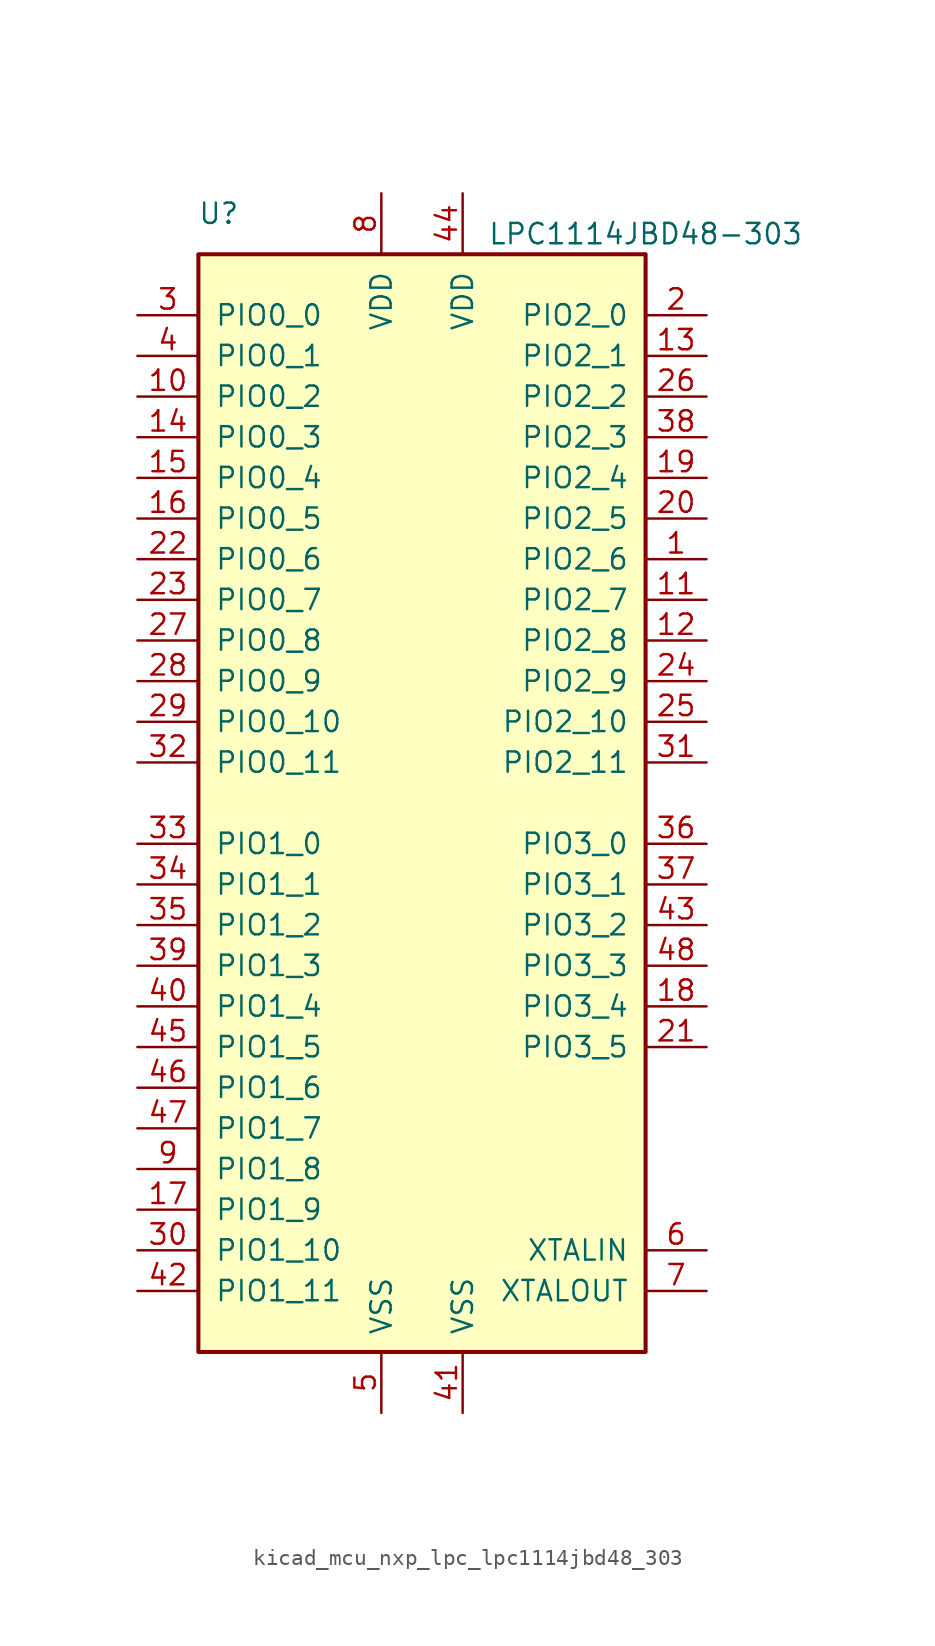
<source format=kicad_sym>
(kicad_symbol_lib
  (version 20220914)
  (generator kicad_symbol_editor)
  (symbol "kicad_mcu_nxp_lpc_lpc1114jbd48_303"
    (pin_names
      (offset 1.016))
    (property "Reference" "U"
      (at -12.7 36.83 0)
      (effects (font (size 1.27 1.27))))
    (property "Value" "LPC1114JBD48-303"
      (at 13.97 35.56 0)
      (effects (font (size 1.27 1.27))))
    (symbol "kicad_mcu_nxp_lpc_lpc1114jbd48_303_0_1"
      (rectangle (start -13.97 34.29) (end 13.97 -34.29) (stroke (width 0.254) (type default)) (fill (type background))))
    (symbol "kicad_mcu_nxp_lpc_lpc1114jbd48_303_1_1"
      (pin bidirectional line (at 17.78 15.24 180) (length 3.81) (name "PIO2_6" (effects (font (size 1.27 1.27)))) (number "1" (effects (font (size 1.27 1.27)))))
      (pin bidirectional line (at -17.78 25.4 0) (length 3.81) (name "PIO0_2" (effects (font (size 1.27 1.27)))) (number "10" (effects (font (size 1.27 1.27)))))
      (pin bidirectional line (at 17.78 12.7 180) (length 3.81) (name "PIO2_7" (effects (font (size 1.27 1.27)))) (number "11" (effects (font (size 1.27 1.27)))))
      (pin bidirectional line (at 17.78 10.16 180) (length 3.81) (name "PIO2_8" (effects (font (size 1.27 1.27)))) (number "12" (effects (font (size 1.27 1.27)))))
      (pin bidirectional line (at 17.78 27.94 180) (length 3.81) (name "PIO2_1" (effects (font (size 1.27 1.27)))) (number "13" (effects (font (size 1.27 1.27)))))
      (pin bidirectional line (at -17.78 22.86 0) (length 3.81) (name "PIO0_3" (effects (font (size 1.27 1.27)))) (number "14" (effects (font (size 1.27 1.27)))))
      (pin bidirectional line (at -17.78 20.32 0) (length 3.81) (name "PIO0_4" (effects (font (size 1.27 1.27)))) (number "15" (effects (font (size 1.27 1.27)))))
      (pin bidirectional line (at -17.78 17.78 0) (length 3.81) (name "PIO0_5" (effects (font (size 1.27 1.27)))) (number "16" (effects (font (size 1.27 1.27)))))
      (pin bidirectional line (at -17.78 -25.4 0) (length 3.81) (name "PIO1_9" (effects (font (size 1.27 1.27)))) (number "17" (effects (font (size 1.27 1.27)))))
      (pin bidirectional line (at 17.78 -12.7 180) (length 3.81) (name "PIO3_4" (effects (font (size 1.27 1.27)))) (number "18" (effects (font (size 1.27 1.27)))))
      (pin bidirectional line (at 17.78 20.32 180) (length 3.81) (name "PIO2_4" (effects (font (size 1.27 1.27)))) (number "19" (effects (font (size 1.27 1.27)))))
      (pin bidirectional line (at 17.78 30.48 180) (length 3.81) (name "PIO2_0" (effects (font (size 1.27 1.27)))) (number "2" (effects (font (size 1.27 1.27)))))
      (pin bidirectional line (at 17.78 17.78 180) (length 3.81) (name "PIO2_5" (effects (font (size 1.27 1.27)))) (number "20" (effects (font (size 1.27 1.27)))))
      (pin bidirectional line (at 17.78 -15.24 180) (length 3.81) (name "PIO3_5" (effects (font (size 1.27 1.27)))) (number "21" (effects (font (size 1.27 1.27)))))
      (pin bidirectional line (at -17.78 15.24 0) (length 3.81) (name "PIO0_6" (effects (font (size 1.27 1.27)))) (number "22" (effects (font (size 1.27 1.27)))))
      (pin bidirectional line (at -17.78 12.7 0) (length 3.81) (name "PIO0_7" (effects (font (size 1.27 1.27)))) (number "23" (effects (font (size 1.27 1.27)))))
      (pin bidirectional line (at 17.78 7.62 180) (length 3.81) (name "PIO2_9" (effects (font (size 1.27 1.27)))) (number "24" (effects (font (size 1.27 1.27)))))
      (pin bidirectional line (at 17.78 5.08 180) (length 3.81) (name "PIO2_10" (effects (font (size 1.27 1.27)))) (number "25" (effects (font (size 1.27 1.27)))))
      (pin bidirectional line (at 17.78 25.4 180) (length 3.81) (name "PIO2_2" (effects (font (size 1.27 1.27)))) (number "26" (effects (font (size 1.27 1.27)))))
      (pin bidirectional line (at -17.78 10.16 0) (length 3.81) (name "PIO0_8" (effects (font (size 1.27 1.27)))) (number "27" (effects (font (size 1.27 1.27)))))
      (pin bidirectional line (at -17.78 7.62 0) (length 3.81) (name "PIO0_9" (effects (font (size 1.27 1.27)))) (number "28" (effects (font (size 1.27 1.27)))))
      (pin bidirectional line (at -17.78 5.08 0) (length 3.81) (name "PIO0_10" (effects (font (size 1.27 1.27)))) (number "29" (effects (font (size 1.27 1.27)))))
      (pin bidirectional line (at -17.78 30.48 0) (length 3.81) (name "PIO0_0" (effects (font (size 1.27 1.27)))) (number "3" (effects (font (size 1.27 1.27)))))
      (pin bidirectional line (at -17.78 -27.94 0) (length 3.81) (name "PIO1_10" (effects (font (size 1.27 1.27)))) (number "30" (effects (font (size 1.27 1.27)))))
      (pin bidirectional line (at 17.78 2.54 180) (length 3.81) (name "PIO2_11" (effects (font (size 1.27 1.27)))) (number "31" (effects (font (size 1.27 1.27)))))
      (pin bidirectional line (at -17.78 2.54 0) (length 3.81) (name "PIO0_11" (effects (font (size 1.27 1.27)))) (number "32" (effects (font (size 1.27 1.27)))))
      (pin bidirectional line (at -17.78 -2.54 0) (length 3.81) (name "PIO1_0" (effects (font (size 1.27 1.27)))) (number "33" (effects (font (size 1.27 1.27)))))
      (pin bidirectional line (at -17.78 -5.08 0) (length 3.81) (name "PIO1_1" (effects (font (size 1.27 1.27)))) (number "34" (effects (font (size 1.27 1.27)))))
      (pin bidirectional line (at -17.78 -7.62 0) (length 3.81) (name "PIO1_2" (effects (font (size 1.27 1.27)))) (number "35" (effects (font (size 1.27 1.27)))))
      (pin bidirectional line (at 17.78 -2.54 180) (length 3.81) (name "PIO3_0" (effects (font (size 1.27 1.27)))) (number "36" (effects (font (size 1.27 1.27)))))
      (pin bidirectional line (at 17.78 -5.08 180) (length 3.81) (name "PIO3_1" (effects (font (size 1.27 1.27)))) (number "37" (effects (font (size 1.27 1.27)))))
      (pin bidirectional line (at 17.78 22.86 180) (length 3.81) (name "PIO2_3" (effects (font (size 1.27 1.27)))) (number "38" (effects (font (size 1.27 1.27)))))
      (pin bidirectional line (at -17.78 -10.16 0) (length 3.81) (name "PIO1_3" (effects (font (size 1.27 1.27)))) (number "39" (effects (font (size 1.27 1.27)))))
      (pin bidirectional line (at -17.78 27.94 0) (length 3.81) (name "PIO0_1" (effects (font (size 1.27 1.27)))) (number "4" (effects (font (size 1.27 1.27)))))
      (pin bidirectional line (at -17.78 -12.7 0) (length 3.81) (name "PIO1_4" (effects (font (size 1.27 1.27)))) (number "40" (effects (font (size 1.27 1.27)))))
      (pin power_in line (at 2.54 -38.1 90) (length 3.81) (name "VSS" (effects (font (size 1.27 1.27)))) (number "41" (effects (font (size 1.27 1.27)))))
      (pin bidirectional line (at -17.78 -30.48 0) (length 3.81) (name "PIO1_11" (effects (font (size 1.27 1.27)))) (number "42" (effects (font (size 1.27 1.27)))))
      (pin bidirectional line (at 17.78 -7.62 180) (length 3.81) (name "PIO3_2" (effects (font (size 1.27 1.27)))) (number "43" (effects (font (size 1.27 1.27)))))
      (pin power_in line (at 2.54 38.1 270) (length 3.81) (name "VDD" (effects (font (size 1.27 1.27)))) (number "44" (effects (font (size 1.27 1.27)))))
      (pin bidirectional line (at -17.78 -15.24 0) (length 3.81) (name "PIO1_5" (effects (font (size 1.27 1.27)))) (number "45" (effects (font (size 1.27 1.27)))))
      (pin bidirectional line (at -17.78 -17.78 0) (length 3.81) (name "PIO1_6" (effects (font (size 1.27 1.27)))) (number "46" (effects (font (size 1.27 1.27)))))
      (pin bidirectional line (at -17.78 -20.32 0) (length 3.81) (name "PIO1_7" (effects (font (size 1.27 1.27)))) (number "47" (effects (font (size 1.27 1.27)))))
      (pin bidirectional line (at 17.78 -10.16 180) (length 3.81) (name "PIO3_3" (effects (font (size 1.27 1.27)))) (number "48" (effects (font (size 1.27 1.27)))))
      (pin power_in line (at -2.54 -38.1 90) (length 3.81) (name "VSS" (effects (font (size 1.27 1.27)))) (number "5" (effects (font (size 1.27 1.27)))))
      (pin input line (at 17.78 -27.94 180) (length 3.81) (name "XTALIN" (effects (font (size 1.27 1.27)))) (number "6" (effects (font (size 1.27 1.27)))))
      (pin output line (at 17.78 -30.48 180) (length 3.81) (name "XTALOUT" (effects (font (size 1.27 1.27)))) (number "7" (effects (font (size 1.27 1.27)))))
      (pin power_in line (at -2.54 38.1 270) (length 3.81) (name "VDD" (effects (font (size 1.27 1.27)))) (number "8" (effects (font (size 1.27 1.27)))))
      (pin bidirectional line (at -17.78 -22.86 0) (length 3.81) (name "PIO1_8" (effects (font (size 1.27 1.27)))) (number "9" (effects (font (size 1.27 1.27))))))))
</source>
